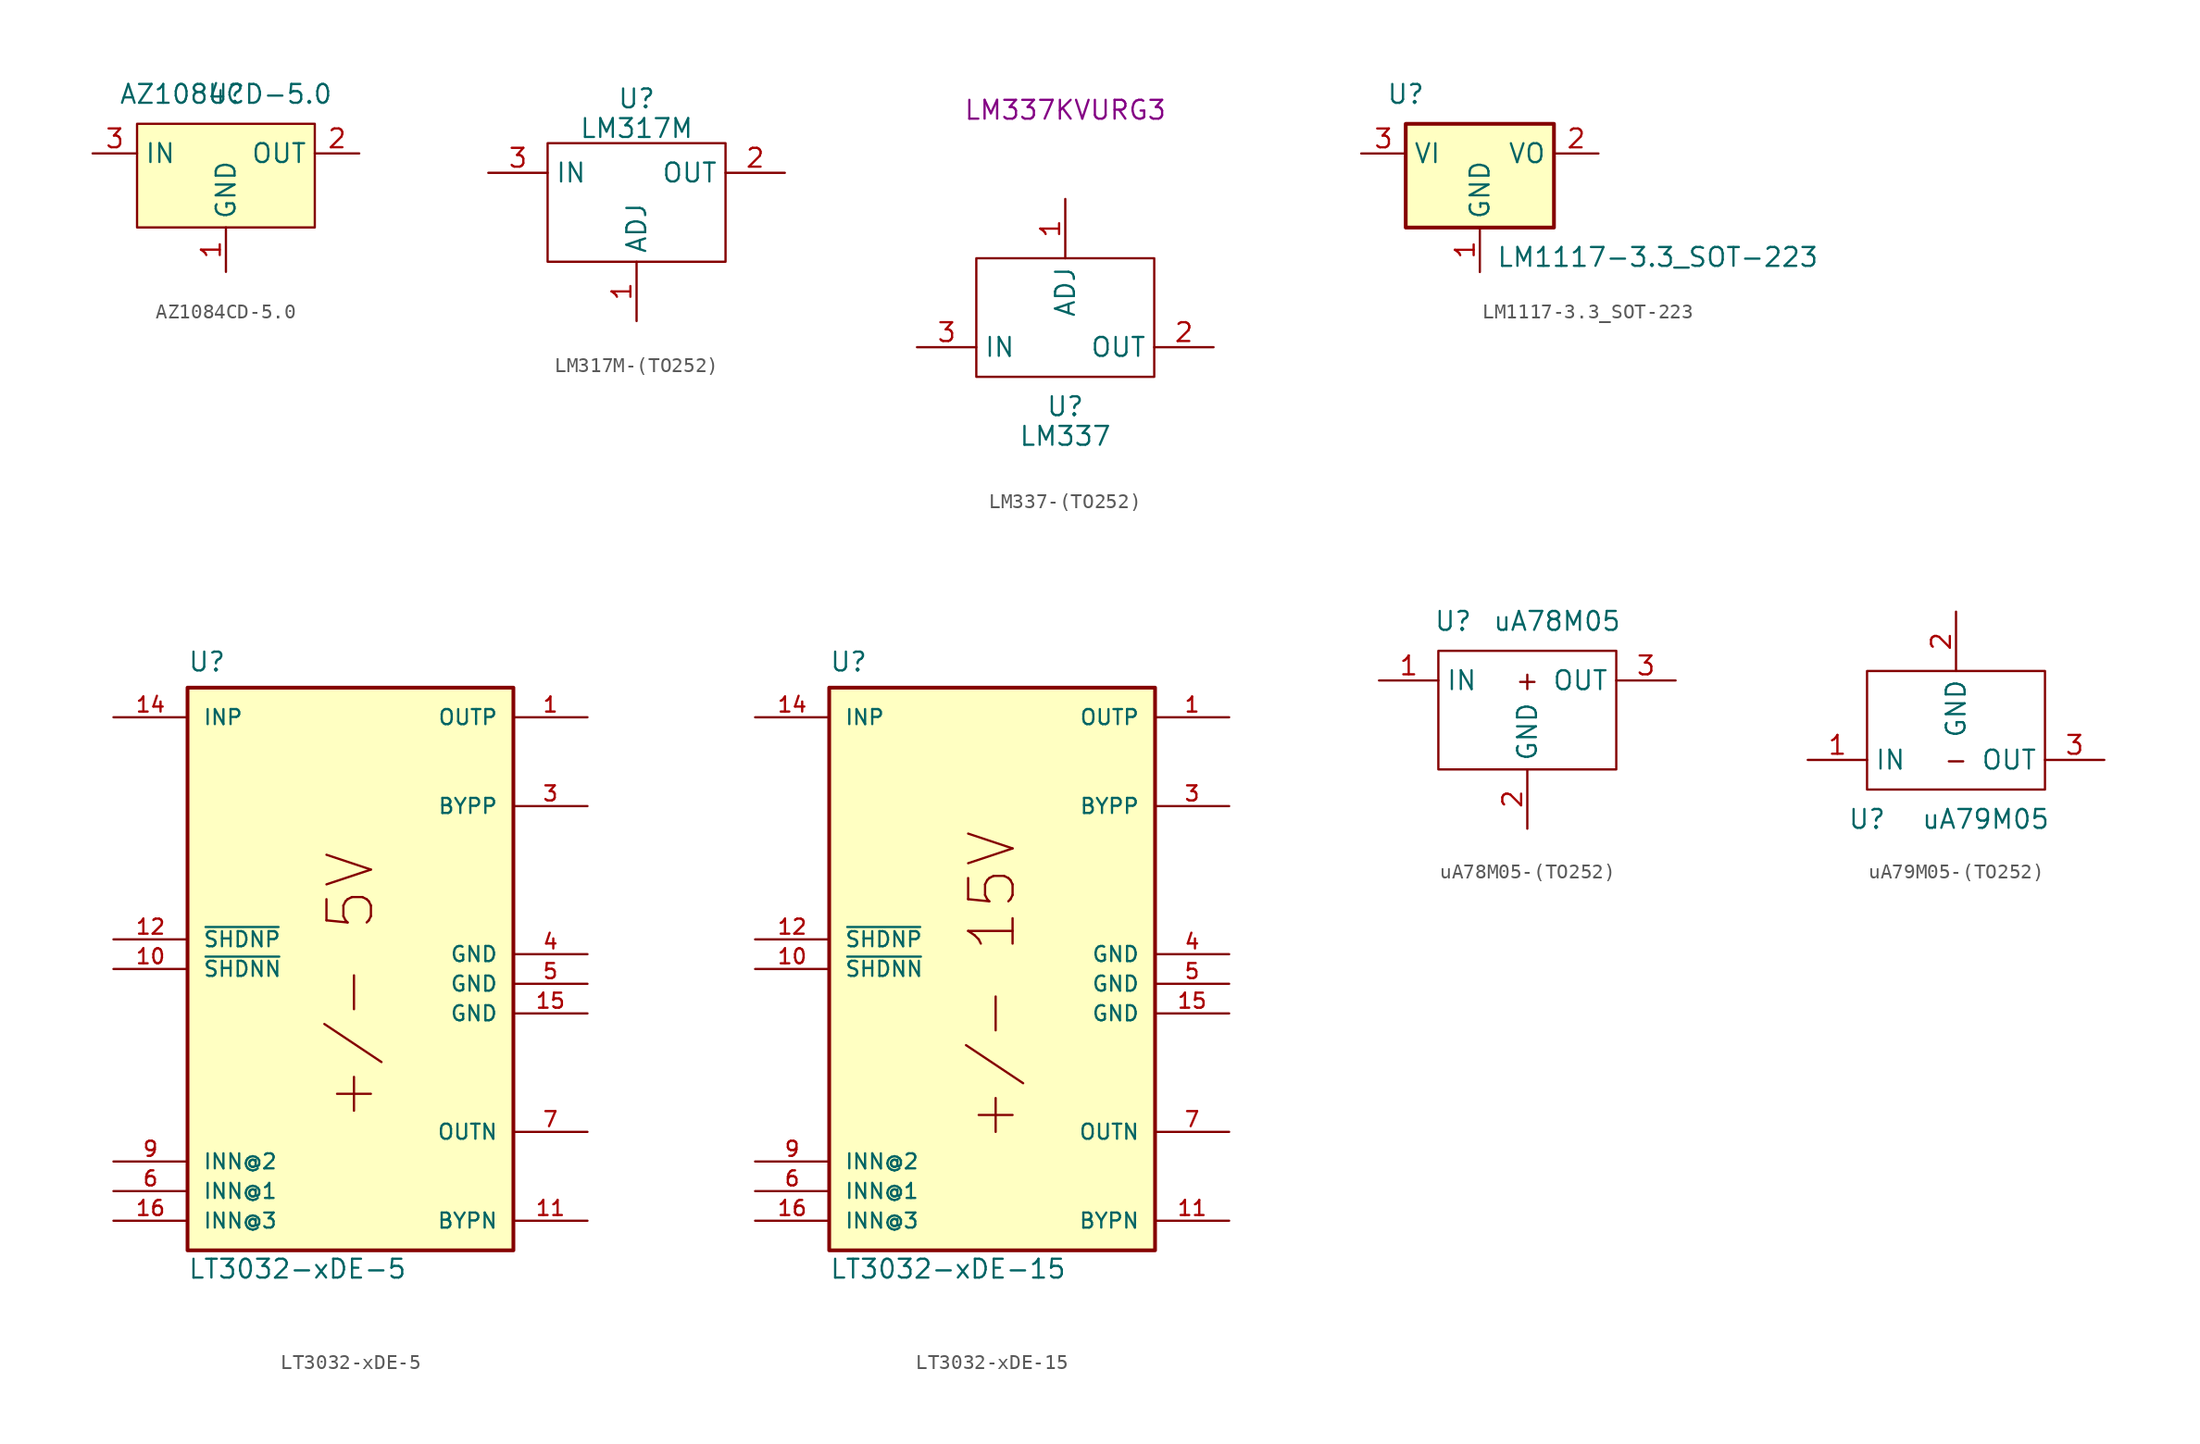
<source format=kicad_sym>
(kicad_symbol_lib
  (version 20220914)
  (generator kicad_symbol_editor)
  (symbol "AZ1084CD-5.0"
    (pin_names
      (offset 0.5))
    (property "Reference" "U"
      (at 0 0 0)
      (effects (font (size 1.27 1.27))))
    (property "Value" "AZ1084CD-5.0"
      (at 0 0 0)
      (effects (font (size 1.27 1.27))))
    (symbol "AZ1084CD-5.0_0_1"
      (rectangle (start -6 -2) (end 6 -9) (stroke (width 0) (type default)) (fill (type background))))
    (symbol "AZ1084CD-5.0_1_1"
      (pin input line (at 0 -12 90) (length 3) (name "GND" (effects (font (size 1.27 1.27)))) (number "1" (effects (font (size 1.27 1.27)))))
      (pin input line (at 9 -4 180) (length 3) (name "OUT" (effects (font (size 1.27 1.27)))) (number "2" (effects (font (size 1.27 1.27)))))
      (pin input line (at -9 -4 0) (length 3) (name "IN" (effects (font (size 1.27 1.27)))) (number "3" (effects (font (size 1.27 1.27)))))))
  (symbol "LM317M-(TO252)"
    (property "Reference" "U"
      (at 0 7 0)
      (effects (font (size 1.27 1.27))))
    (property "Value" "LM317M"
      (at 0 5 0)
      (effects (font (size 1.27 1.27))))
    (symbol "LM317M-(TO252)_0_1"
      (rectangle (start -6 4) (end 6 -4) (stroke (width 0) (type default)) (fill (type none))))
    (symbol "LM317M-(TO252)_1_1"
      (pin input line (at 0 -8 90) (length 4) (name "ADJ" (effects (font (size 1.27 1.27)))) (number "1" (effects (font (size 1.27 1.27)))))
      (pin input line (at 10 2 180) (length 4) (name "OUT" (effects (font (size 1.27 1.27)))) (number "2" (effects (font (size 1.27 1.27)))))
      (pin input line (at -10 2 0) (length 4) (name "IN" (effects (font (size 1.27 1.27)))) (number "3" (effects (font (size 1.27 1.27)))))))
  (symbol "LM337-(TO252)"
    (property "Reference" "U"
      (at 0 -20 0)
      (effects (font (size 1.27 1.27))))
    (property "Value" "LM337"
      (at 0 -22 0)
      (effects (font (size 1.27 1.27))))
    (property "MPN" "LM337KVURG3"
      (at 0 0 0)
      (effects (font (size 1.27 1.27))))
    (symbol "LM337-(TO252)_0_1"
      (rectangle (start 6 -10) (end -6 -18) (stroke (width 0) (type default)) (fill (type none))))
    (symbol "LM337-(TO252)_1_1"
      (pin input line (at 0 -6 270) (length 4) (name "ADJ" (effects (font (size 1.27 1.27)))) (number "1" (effects (font (size 1.27 1.27)))))
      (pin input line (at 10 -16 180) (length 4) (name "OUT" (effects (font (size 1.27 1.27)))) (number "2" (effects (font (size 1.27 1.27)))))
      (pin input line (at -10 -16 0) (length 4) (name "IN" (effects (font (size 1.27 1.27)))) (number "3" (effects (font (size 1.27 1.27)))))))
  (symbol "LM1117-3.3_SOT-223"
    (property "Reference" "U"
      (at -4 0 0)
      (effects (font (size 1.27 1.27))))
    (property "Value" "LM1117-3.3_SOT-223"
      (at 13 -11 0)
      (effects (font (size 1.27 1.27))))
    (symbol "LM1117-3.3_SOT-223_0_1"
      (rectangle (start -4 -2) (end 6 -9) (stroke (width 0.254) (type default)) (fill (type background))))
    (symbol "LM1117-3.3_SOT-223_1_1"
      (pin power_in line (at 1 -12 90) (length 3) (name "GND" (effects (font (size 1.27 1.27)))) (number "1" (effects (font (size 1.27 1.27)))))
      (pin power_out line (at 9 -4 180) (length 3) (name "VO" (effects (font (size 1.27 1.27)))) (number "2" (effects (font (size 1.27 1.27)))))
      (pin power_in line (at -7 -4 0) (length 3) (name "VI" (effects (font (size 1.27 1.27)))) (number "3" (effects (font (size 1.27 1.27)))))))
  (symbol "LT3032-xDE-5"
    (pin_names
      (offset 1.016))
    (property "Reference" "U"
      (at -13 25 0)
      (effects (font (size 1.27 1.27)) (justify left bottom)))
    (property "Value" "LT3032-xDE-5"
      (at -13 -16 0)
      (effects (font (size 1.27 1.27)) (justify left bottom)))
    (symbol "LT3032-xDE-5_0_0"
      (rectangle (start -13 24) (end 9 -14) (stroke (width 0.254) (type default)) (fill (type background)))
      (text "+/- 5V " (at -2 5 900) (effects (font (size 3 3))))
      (pin passive line (at 14 22 180) (length 5) (name "OUTP" (effects (font (size 1.016 1.016)))) (number "1" (effects (font (size 1.016 1.016)))))
      (pin passive line (at -18 5 0) (length 5) (name "~{SHDNN}" (effects (font (size 1.016 1.016)))) (number "10" (effects (font (size 1.016 1.016)))))
      (pin passive line (at 14 -12 180) (length 5) (name "BYPN" (effects (font (size 1.016 1.016)))) (number "11" (effects (font (size 1.016 1.016)))))
      (pin passive line (at -18 7 0) (length 5) (name "~{SHDNP}" (effects (font (size 1.016 1.016)))) (number "12" (effects (font (size 1.016 1.016)))))
      (pin passive line (at -18 22 0) (length 5) (name "INP" (effects (font (size 1.016 1.016)))) (number "14" (effects (font (size 1.016 1.016)))))
      (pin passive line (at 14 2 180) (length 5) (name "GND" (effects (font (size 1.016 1.016)))) (number "15" (effects (font (size 1.016 1.016)))))
      (pin passive line (at -18 -12 0) (length 5) (name "INN@3" (effects (font (size 1.016 1.016)))) (number "16" (effects (font (size 1.016 1.016)))))
      (pin passive line (at 14 16 180) (length 5) (name "BYPP" (effects (font (size 1.016 1.016)))) (number "3" (effects (font (size 1.016 1.016)))))
      (pin passive line (at 14 6 180) (length 5) (name "GND" (effects (font (size 1.016 1.016)))) (number "4" (effects (font (size 1.016 1.016)))))
      (pin passive line (at 14 4 180) (length 5) (name "GND" (effects (font (size 1.016 1.016)))) (number "5" (effects (font (size 1.016 1.016)))))
      (pin passive line (at -18 -10 0) (length 5) (name "INN@1" (effects (font (size 1.016 1.016)))) (number "6" (effects (font (size 1.016 1.016)))))
      (pin passive line (at 14 -6 180) (length 5) (name "OUTN" (effects (font (size 1.016 1.016)))) (number "7" (effects (font (size 1.016 1.016)))))
      (pin passive line (at -18 -8 0) (length 5) (name "INN@2" (effects (font (size 1.016 1.016)))) (number "9" (effects (font (size 1.016 1.016)))))))
  (symbol "LT3032-xDE-15"
    (pin_names
      (offset 1.016))
    (property "Reference" "U"
      (at -13 25 0)
      (effects (font (size 1.27 1.27)) (justify left bottom)))
    (property "Value" "LT3032-xDE-15"
      (at -13 -16 0)
      (effects (font (size 1.27 1.27)) (justify left bottom)))
    (symbol "LT3032-xDE-15_0_0"
      (rectangle (start -13 24) (end 9 -14) (stroke (width 0.254) (type default)) (fill (type background)))
      (text "+/- 15V " (at -2 5 900) (effects (font (size 3 3))))
      (pin passive line (at 14 22 180) (length 5) (name "OUTP" (effects (font (size 1.016 1.016)))) (number "1" (effects (font (size 1.016 1.016)))))
      (pin passive line (at -18 5 0) (length 5) (name "~{SHDNN}" (effects (font (size 1.016 1.016)))) (number "10" (effects (font (size 1.016 1.016)))))
      (pin passive line (at 14 -12 180) (length 5) (name "BYPN" (effects (font (size 1.016 1.016)))) (number "11" (effects (font (size 1.016 1.016)))))
      (pin passive line (at -18 7 0) (length 5) (name "~{SHDNP}" (effects (font (size 1.016 1.016)))) (number "12" (effects (font (size 1.016 1.016)))))
      (pin passive line (at -18 22 0) (length 5) (name "INP" (effects (font (size 1.016 1.016)))) (number "14" (effects (font (size 1.016 1.016)))))
      (pin passive line (at 14 2 180) (length 5) (name "GND" (effects (font (size 1.016 1.016)))) (number "15" (effects (font (size 1.016 1.016)))))
      (pin passive line (at -18 -12 0) (length 5) (name "INN@3" (effects (font (size 1.016 1.016)))) (number "16" (effects (font (size 1.016 1.016)))))
      (pin passive line (at 14 16 180) (length 5) (name "BYPP" (effects (font (size 1.016 1.016)))) (number "3" (effects (font (size 1.016 1.016)))))
      (pin passive line (at 14 6 180) (length 5) (name "GND" (effects (font (size 1.016 1.016)))) (number "4" (effects (font (size 1.016 1.016)))))
      (pin passive line (at 14 4 180) (length 5) (name "GND" (effects (font (size 1.016 1.016)))) (number "5" (effects (font (size 1.016 1.016)))))
      (pin passive line (at -18 -10 0) (length 5) (name "INN@1" (effects (font (size 1.016 1.016)))) (number "6" (effects (font (size 1.016 1.016)))))
      (pin passive line (at 14 -6 180) (length 5) (name "OUTN" (effects (font (size 1.016 1.016)))) (number "7" (effects (font (size 1.016 1.016)))))
      (pin passive line (at -18 -8 0) (length 5) (name "INN@2" (effects (font (size 1.016 1.016)))) (number "9" (effects (font (size 1.016 1.016)))))))
  (symbol "uA78M05-(TO252)"
    (property "Reference" "U"
      (at -5 1 0)
      (effects (font (size 1.27 1.27))))
    (property "Value" "uA78M05"
      (at 2 1 0)
      (effects (font (size 1.27 1.27))))
    (symbol "uA78M05-(TO252)_0_1"
      (rectangle (start -6 -1) (end 6 -9) (stroke (width 0) (type default)) (fill (type none))))
    (symbol "uA78M05-(TO252)_1_1"
      (text "+" (at 0 -3 0) (effects (font (size 1.27 1.27))))
      (pin input line (at -10 -3 0) (length 4) (name "IN" (effects (font (size 1.27 1.27)))) (number "1" (effects (font (size 1.27 1.27)))))
      (pin input line (at 0 -13 90) (length 4) (name "GND" (effects (font (size 1.27 1.27)))) (number "2" (effects (font (size 1.27 1.27)))))
      (pin input line (at 10 -3 180) (length 4) (name "OUT" (effects (font (size 1.27 1.27)))) (number "3" (effects (font (size 1.27 1.27)))))))
  (symbol "uA79M05-(TO252)"
    (property "Reference" "U"
      (at -6 -18 0)
      (effects (font (size 1.27 1.27))))
    (property "Value" "uA79M05"
      (at 2 -18 0)
      (effects (font (size 1.27 1.27))))
    (symbol "uA79M05-(TO252)_0_1"
      (rectangle (start 6 -8) (end -6 -16) (stroke (width 0) (type default)) (fill (type none))))
    (symbol "uA79M05-(TO252)_1_1"
      (text "-" (at 0 -14 0) (effects (font (size 1.27 1.27))))
      (pin input line (at -10 -14 0) (length 4) (name "IN" (effects (font (size 1.27 1.27)))) (number "1" (effects (font (size 1.27 1.27)))))
      (pin input line (at 0 -4 270) (length 4) (name "GND" (effects (font (size 1.27 1.27)))) (number "2" (effects (font (size 1.27 1.27)))))
      (pin input line (at 10 -14 180) (length 4) (name "OUT" (effects (font (size 1.27 1.27)))) (number "3" (effects (font (size 1.27 1.27))))))))
</source>
